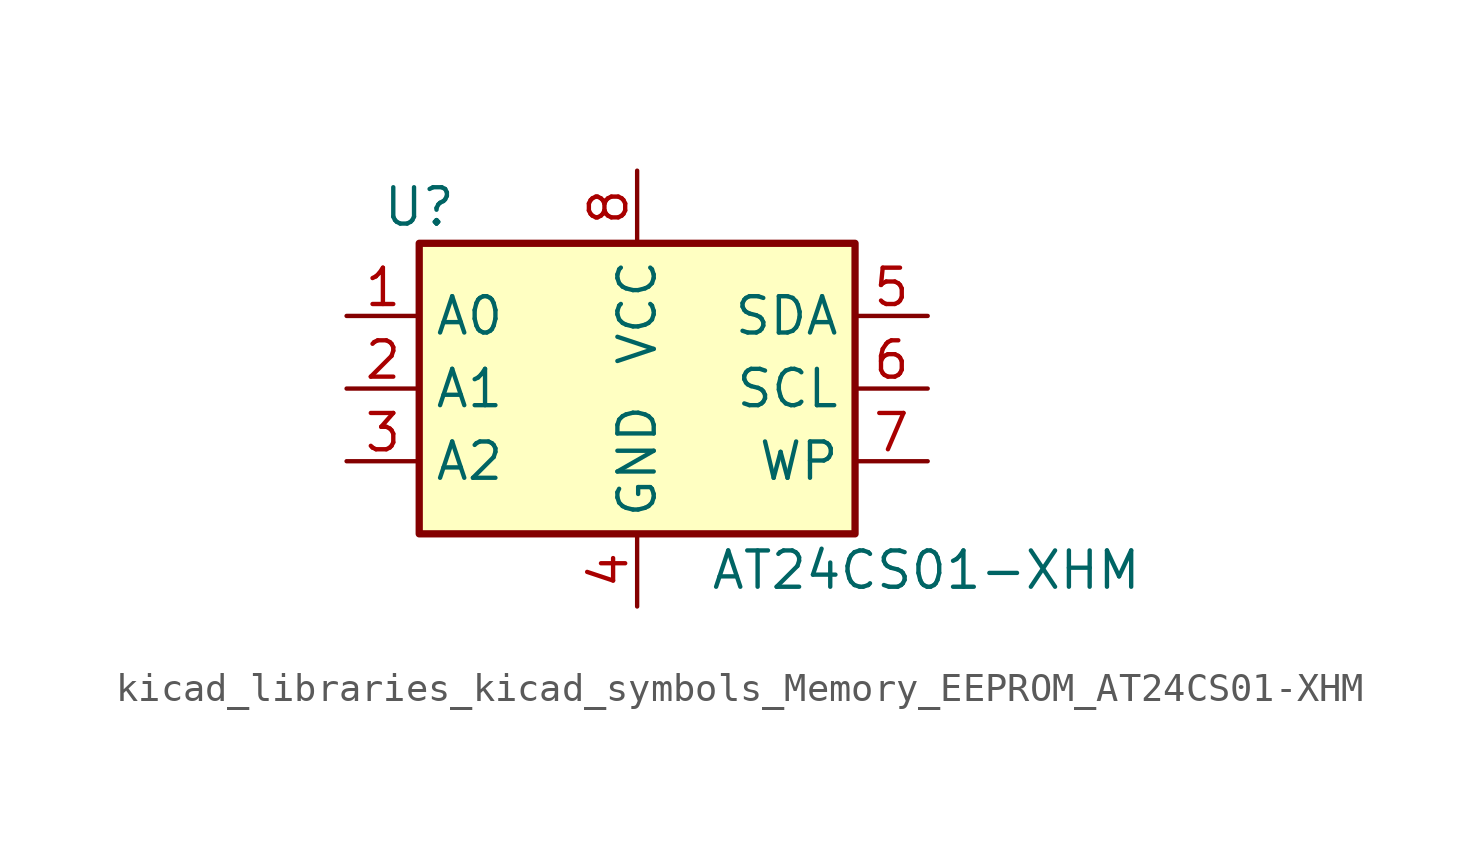
<source format=kicad_sym>
(kicad_symbol_lib
  (version 20220914)
  (generator kicad_symbol_editor)
  (symbol "kicad_libraries_kicad_symbols_Memory_EEPROM_AT24CS01-XHM"
    (property "Reference" "U"
      (at -7.62 6.35 0)
      (effects (font (size 1.27 1.27))))
    (property "Value" "AT24CS01-XHM"
      (at 2.54 -6.35 0)
      (effects (font (size 1.27 1.27)) (justify left)))
    (symbol "kicad_libraries_kicad_symbols_Memory_EEPROM_AT24CS01-XHM_1_1"
      (rectangle (start -7.62 5.08) (end 7.62 -5.08) (stroke (width 0.254) (type default)) (fill (type background)))
      (pin input line (at -10.16 2.54 0) (length 2.54) (name "A0" (effects (font (size 1.27 1.27)))) (number "1" (effects (font (size 1.27 1.27)))))
      (pin input line (at -10.16 0 0) (length 2.54) (name "A1" (effects (font (size 1.27 1.27)))) (number "2" (effects (font (size 1.27 1.27)))))
      (pin input line (at -10.16 -2.54 0) (length 2.54) (name "A2" (effects (font (size 1.27 1.27)))) (number "3" (effects (font (size 1.27 1.27)))))
      (pin power_in line (at 0 -7.62 90) (length 2.54) (name "GND" (effects (font (size 1.27 1.27)))) (number "4" (effects (font (size 1.27 1.27)))))
      (pin bidirectional line (at 10.16 2.54 180) (length 2.54) (name "SDA" (effects (font (size 1.27 1.27)))) (number "5" (effects (font (size 1.27 1.27)))))
      (pin input line (at 10.16 0 180) (length 2.54) (name "SCL" (effects (font (size 1.27 1.27)))) (number "6" (effects (font (size 1.27 1.27)))))
      (pin input line (at 10.16 -2.54 180) (length 2.54) (name "WP" (effects (font (size 1.27 1.27)))) (number "7" (effects (font (size 1.27 1.27)))))
      (pin power_in line (at 0 7.62 270) (length 2.54) (name "VCC" (effects (font (size 1.27 1.27)))) (number "8" (effects (font (size 1.27 1.27))))))))
</source>
